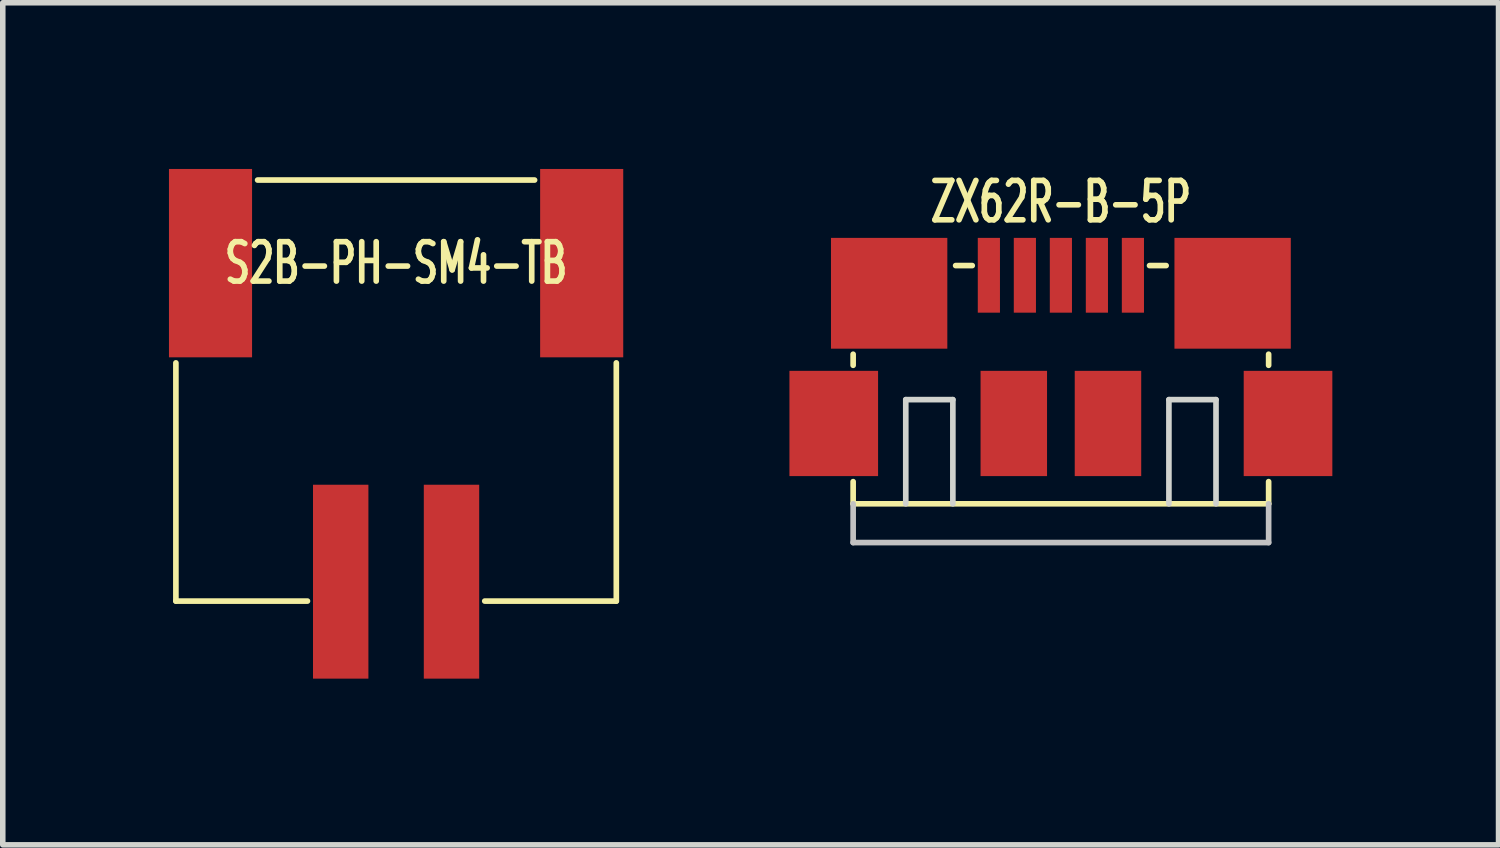
<source format=kicad_pcb>
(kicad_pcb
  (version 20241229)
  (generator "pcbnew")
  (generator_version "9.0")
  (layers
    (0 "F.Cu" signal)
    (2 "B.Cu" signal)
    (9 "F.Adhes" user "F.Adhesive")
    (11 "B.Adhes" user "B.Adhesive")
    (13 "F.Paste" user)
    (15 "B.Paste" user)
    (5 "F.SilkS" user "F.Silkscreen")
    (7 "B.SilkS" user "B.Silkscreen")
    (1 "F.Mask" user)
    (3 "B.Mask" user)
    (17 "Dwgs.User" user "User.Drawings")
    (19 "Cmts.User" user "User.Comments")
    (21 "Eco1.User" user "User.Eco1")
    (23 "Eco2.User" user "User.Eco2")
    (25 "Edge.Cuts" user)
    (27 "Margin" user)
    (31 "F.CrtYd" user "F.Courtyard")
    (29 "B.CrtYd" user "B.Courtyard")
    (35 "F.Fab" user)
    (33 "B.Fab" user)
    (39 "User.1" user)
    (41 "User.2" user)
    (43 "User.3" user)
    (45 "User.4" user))
  (footprint "ZX62R-B-5P"
    (layer "F.Cu")
    (at 16.1 4.594)
    (property "Reference" "ZX62R-B-5P" (at 0 -4 0) (layer "F.SilkS") (effects (font (size 0.711 0.457) (thickness 0.102))))
    (attr through_hole)
    (fp_line (start -3.75 -1.25) (end -3.75 -1.05) (stroke (width 0.102) (type solid)) (layer "F.SilkS"))
    (fp_line (start -3.75 1.05) (end -3.75 1.45) (stroke (width 0.102) (type solid)) (layer "F.SilkS"))
    (fp_line (start -3.75 1.45) (end 3.75 1.45) (stroke (width 0.102) (type solid)) (layer "F.SilkS"))
    (fp_line (start -1.9 -2.85) (end -1.6 -2.85) (stroke (width 0.102) (type solid)) (layer "F.SilkS"))
    (fp_line (start 1.6 -2.85) (end 1.9 -2.85) (stroke (width 0.102) (type solid)) (layer "F.SilkS"))
    (fp_line (start 3.75 -1.25) (end 3.75 -1.05) (stroke (width 0.102) (type solid)) (layer "F.SilkS"))
    (fp_line (start 3.75 1.45) (end 3.75 1.05) (stroke (width 0.102) (type solid)) (layer "F.SilkS"))
    (fp_line (start -3.75 1.45) (end -3.75 2.15) (stroke (width 0.102) (type solid)) (layer "Dwgs.User"))
    (fp_line (start -3.75 2.15) (end 3.75 2.15) (stroke (width 0.102) (type solid)) (layer "Dwgs.User"))
    (fp_line (start 3.75 1.45) (end 3.75 2.15) (stroke (width 0.102) (type solid)) (layer "Dwgs.User"))
    (fp_line (start -2.8 -0.43) (end -1.95 -0.43) (stroke (width 0.102) (type solid)) (layer "Edge.Cuts"))
    (fp_line (start -2.8 1.45) (end -2.8 -0.43) (stroke (width 0.102) (type solid)) (layer "Edge.Cuts"))
    (fp_line (start -1.95 -0.43) (end -1.95 1.45) (stroke (width 0.102) (type solid)) (layer "Edge.Cuts"))
    (fp_line (start 1.95 -0.43) (end 2.8 -0.43) (stroke (width 0.102) (type solid)) (layer "Edge.Cuts"))
    (fp_line (start 1.95 1.45) (end 1.95 -0.43) (stroke (width 0.102) (type solid)) (layer "Edge.Cuts"))
    (fp_line (start 2.8 -0.43) (end 2.8 1.45) (stroke (width 0.102) (type solid)) (layer "Edge.Cuts"))
    (pad "1" smd rect (at 1.3 -2.675) (size 0.4 1.35) (layers "F.Cu" "F.Mask" "F.Paste"))
    (pad "2" smd rect (at 0.65 -2.675) (size 0.4 1.35) (layers "F.Cu" "F.Mask" "F.Paste"))
    (pad "3" smd rect (at 0 -2.675) (size 0.4 1.35) (layers "F.Cu" "F.Mask" "F.Paste"))
    (pad "4" smd rect (at -0.65 -2.675) (size 0.4 1.35) (layers "F.Cu" "F.Mask" "F.Paste"))
    (pad "5" smd rect (at -1.3 -2.675) (size 0.4 1.35) (layers "F.Cu" "F.Mask" "F.Paste"))
    (pad "6" smd rect (at -4.1 0) (size 1.6 1.9) (layers "F.Cu" "F.Mask" "F.Paste"))
    (pad "6" smd rect (at -3.1 -2.35) (size 2.1 2) (layers "F.Cu" "F.Mask" "F.Paste"))
    (pad "6" smd rect (at -0.85 0) (size 1.2 1.9) (layers "F.Cu" "F.Mask" "F.Paste"))
    (pad "6" smd rect (at 0.85 0) (size 1.2 1.9) (layers "F.Cu" "F.Mask" "F.Paste"))
    (pad "6" smd rect (at 3.1 -2.35) (size 2.1 2) (layers "F.Cu" "F.Mask" "F.Paste"))
    (pad "6" smd rect (at 4.1 0) (size 1.6 1.9) (layers "F.Cu" "F.Mask" "F.Paste")))
  (footprint "S2B-PH-SM4-TB"
    (layer "F.Cu")
    (at 4.1 1.7)
    (property "Reference" "S2B-PH-SM4-TB" (at 0 0 0) (layer "F.SilkS") (effects (font (size 0.711 0.457) (thickness 0.102))))
    (attr through_hole)
    (fp_line (start -3.975 1.8) (end -3.975 6.1) (stroke (width 0.102) (type solid)) (layer "F.SilkS"))
    (fp_line (start -3.975 6.1) (end -1.6 6.1) (stroke (width 0.102) (type solid)) (layer "F.SilkS"))
    (fp_line (start -2.5 -1.5) (end 2.5 -1.5) (stroke (width 0.102) (type solid)) (layer "F.SilkS"))
    (fp_line (start 3.975 1.8) (end 3.975 6.1) (stroke (width 0.102) (type solid)) (layer "F.SilkS"))
    (fp_line (start 3.975 6.1) (end 1.6 6.1) (stroke (width 0.102) (type solid)) (layer "F.SilkS"))
    (pad "" smd rect (at -3.35 0) (size 1.5 3.4) (layers "F.Cu" "F.Mask" "F.Paste"))
    (pad "" smd rect (at 3.35 0) (size 1.5 3.4) (layers "F.Cu" "F.Mask" "F.Paste"))
    (pad "1" smd rect (at 1 5.75) (size 1 3.5) (layers "F.Cu" "F.Mask" "F.Paste"))
    (pad "2" smd rect (at -1 5.75) (size 1 3.5) (layers "F.Cu" "F.Mask" "F.Paste")))
  (gr_rect
    (start -3 -3)
    (end 24 12.2)
    (stroke (width 0.1) (type default))
    (fill no)
    (layer "Edge.Cuts")))
</source>
